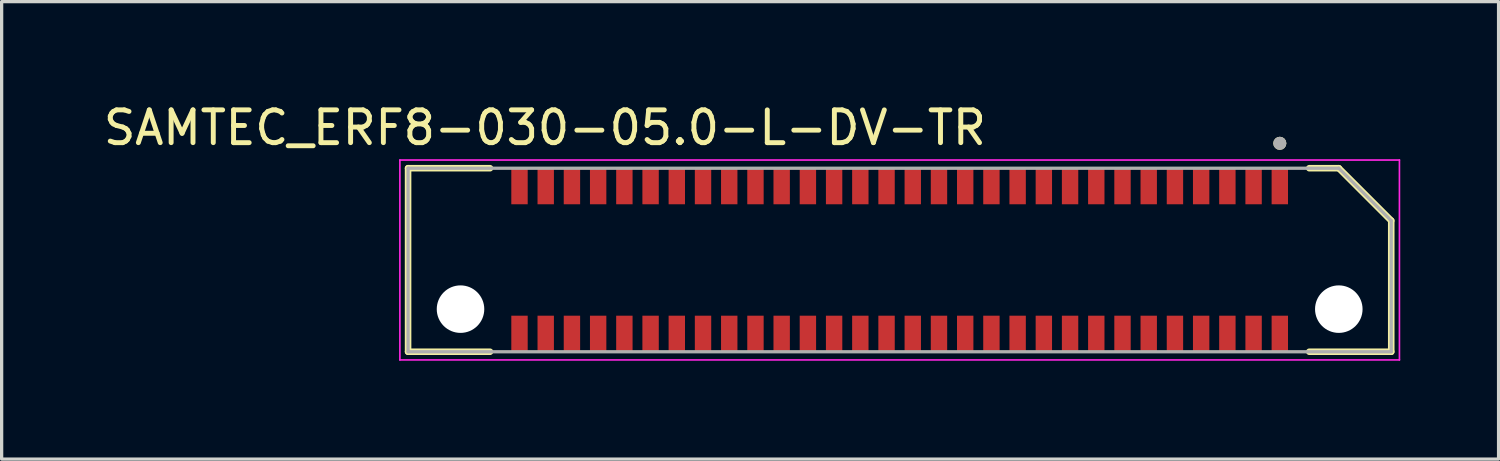
<source format=kicad_pcb>
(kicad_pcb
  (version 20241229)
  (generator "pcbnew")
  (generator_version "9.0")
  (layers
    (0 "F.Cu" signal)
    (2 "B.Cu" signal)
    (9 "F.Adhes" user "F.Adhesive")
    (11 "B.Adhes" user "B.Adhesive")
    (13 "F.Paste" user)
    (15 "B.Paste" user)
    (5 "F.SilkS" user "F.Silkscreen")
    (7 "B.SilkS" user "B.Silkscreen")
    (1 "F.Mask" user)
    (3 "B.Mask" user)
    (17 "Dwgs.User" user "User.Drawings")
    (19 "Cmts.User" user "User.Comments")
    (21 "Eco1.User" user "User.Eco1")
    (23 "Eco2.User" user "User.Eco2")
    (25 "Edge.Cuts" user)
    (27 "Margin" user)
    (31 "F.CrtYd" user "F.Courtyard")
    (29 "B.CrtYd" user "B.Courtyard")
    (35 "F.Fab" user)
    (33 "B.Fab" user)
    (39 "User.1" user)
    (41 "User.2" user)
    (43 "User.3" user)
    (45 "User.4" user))
  (footprint "SAMTEC_ERF8-030-05.0-L-DV-TR"
    (layer "F.Cu")
    (at 24.402 4.883)
    (property "Reference" "SAMTEC_ERF8-030-05.0-L-DV-TR" (at -10.825 -4.035 0) (layer "F.SilkS") (effects (font (size 1 1) (thickness 0.15))))
    (attr smd)
    (fp_line (start -15 -2.8) (end -12.5 -2.8) (stroke (width 0.2) (type solid)) (layer "F.SilkS"))
    (fp_line (start -15 2.8) (end -15 -2.8) (stroke (width 0.2) (type solid)) (layer "F.SilkS"))
    (fp_line (start -15 2.8) (end -12.5 2.8) (stroke (width 0.2) (type solid)) (layer "F.SilkS"))
    (fp_line (start 13.4 -2.8) (end 12.5 -2.8) (stroke (width 0.2) (type solid)) (layer "F.SilkS"))
    (fp_line (start 15 -1.2) (end 13.4 -2.8) (stroke (width 0.2) (type solid)) (layer "F.SilkS"))
    (fp_line (start 15 2.8) (end 12.5 2.8) (stroke (width 0.2) (type solid)) (layer "F.SilkS"))
    (fp_line (start 15 2.8) (end 15 -1.2) (stroke (width 0.2) (type solid)) (layer "F.SilkS"))
    (fp_circle (center 11.6 -3.56) (end 11.7 -3.56) (stroke (width 0.2) (type solid)) (fill no) (layer "F.SilkS"))
    (fp_line (start -15.25 -3.05) (end 15.25 -3.05) (stroke (width 0.05) (type solid)) (layer "F.CrtYd"))
    (fp_line (start -15.25 3.05) (end -15.25 -3.05) (stroke (width 0.05) (type solid)) (layer "F.CrtYd"))
    (fp_line (start 15.25 -3.05) (end 15.25 3.05) (stroke (width 0.05) (type solid)) (layer "F.CrtYd"))
    (fp_line (start 15.25 3.05) (end -15.25 3.05) (stroke (width 0.05) (type solid)) (layer "F.CrtYd"))
    (fp_line (start -15 -2.8) (end 13.4 -2.8) (stroke (width 0.1) (type solid)) (layer "F.Fab"))
    (fp_line (start -15 2.8) (end -15 -2.8) (stroke (width 0.1) (type solid)) (layer "F.Fab"))
    (fp_line (start 15 -1.2) (end 13.4 -2.8) (stroke (width 0.1) (type solid)) (layer "F.Fab"))
    (fp_line (start 15 -1.2) (end 15 2.8) (stroke (width 0.1) (type solid)) (layer "F.Fab"))
    (fp_line (start 15 2.8) (end -15 2.8) (stroke (width 0.1) (type solid)) (layer "F.Fab"))
    (fp_circle (center 11.6 -3.56) (end 11.7 -3.56) (stroke (width 0.2) (type solid)) (fill no) (layer "F.Fab"))
    (pad "" np_thru_hole circle (at -13.4 1.5) (size 1.45 1.45) (drill 1.45) (layers "*.Cu" "*.Mask"))
    (pad "" np_thru_hole circle (at 13.4 1.5) (size 1.45 1.45) (drill 1.45) (layers "*.Cu" "*.Mask"))
    (pad "01" smd rect (at 11.6 -2.25) (size 0.5 1.1) (layers "F.Cu" "F.Mask" "F.Paste"))
    (pad "02" smd rect (at 11.6 2.25) (size 0.5 1.1) (layers "F.Cu" "F.Mask" "F.Paste"))
    (pad "03" smd rect (at 10.8 -2.25) (size 0.5 1.1) (layers "F.Cu" "F.Mask" "F.Paste"))
    (pad "04" smd rect (at 10.8 2.25) (size 0.5 1.1) (layers "F.Cu" "F.Mask" "F.Paste"))
    (pad "05" smd rect (at 10 -2.25) (size 0.5 1.1) (layers "F.Cu" "F.Mask" "F.Paste"))
    (pad "06" smd rect (at 10 2.25) (size 0.5 1.1) (layers "F.Cu" "F.Mask" "F.Paste"))
    (pad "07" smd rect (at 9.2 -2.25) (size 0.5 1.1) (layers "F.Cu" "F.Mask" "F.Paste"))
    (pad "08" smd rect (at 9.2 2.25) (size 0.5 1.1) (layers "F.Cu" "F.Mask" "F.Paste"))
    (pad "09" smd rect (at 8.4 -2.25) (size 0.5 1.1) (layers "F.Cu" "F.Mask" "F.Paste"))
    (pad "10" smd rect (at 8.4 2.25) (size 0.5 1.1) (layers "F.Cu" "F.Mask" "F.Paste"))
    (pad "11" smd rect (at 7.6 -2.25) (size 0.5 1.1) (layers "F.Cu" "F.Mask" "F.Paste"))
    (pad "12" smd rect (at 7.6 2.25) (size 0.5 1.1) (layers "F.Cu" "F.Mask" "F.Paste"))
    (pad "13" smd rect (at 6.8 -2.25) (size 0.5 1.1) (layers "F.Cu" "F.Mask" "F.Paste"))
    (pad "14" smd rect (at 6.8 2.25) (size 0.5 1.1) (layers "F.Cu" "F.Mask" "F.Paste"))
    (pad "15" smd rect (at 6 -2.25) (size 0.5 1.1) (layers "F.Cu" "F.Mask" "F.Paste"))
    (pad "16" smd rect (at 6 2.25) (size 0.5 1.1) (layers "F.Cu" "F.Mask" "F.Paste"))
    (pad "17" smd rect (at 5.2 -2.25) (size 0.5 1.1) (layers "F.Cu" "F.Mask" "F.Paste"))
    (pad "18" smd rect (at 5.2 2.25) (size 0.5 1.1) (layers "F.Cu" "F.Mask" "F.Paste"))
    (pad "19" smd rect (at 4.4 -2.25) (size 0.5 1.1) (layers "F.Cu" "F.Mask" "F.Paste"))
    (pad "20" smd rect (at 4.4 2.25) (size 0.5 1.1) (layers "F.Cu" "F.Mask" "F.Paste"))
    (pad "21" smd rect (at 3.6 -2.25) (size 0.5 1.1) (layers "F.Cu" "F.Mask" "F.Paste"))
    (pad "22" smd rect (at 3.6 2.25) (size 0.5 1.1) (layers "F.Cu" "F.Mask" "F.Paste"))
    (pad "23" smd rect (at 2.8 -2.25) (size 0.5 1.1) (layers "F.Cu" "F.Mask" "F.Paste"))
    (pad "24" smd rect (at 2.8 2.25) (size 0.5 1.1) (layers "F.Cu" "F.Mask" "F.Paste"))
    (pad "25" smd rect (at 2 -2.25) (size 0.5 1.1) (layers "F.Cu" "F.Mask" "F.Paste"))
    (pad "26" smd rect (at 2 2.25) (size 0.5 1.1) (layers "F.Cu" "F.Mask" "F.Paste"))
    (pad "27" smd rect (at 1.2 -2.25) (size 0.5 1.1) (layers "F.Cu" "F.Mask" "F.Paste"))
    (pad "28" smd rect (at 1.2 2.25) (size 0.5 1.1) (layers "F.Cu" "F.Mask" "F.Paste"))
    (pad "29" smd rect (at 0.4 -2.25) (size 0.5 1.1) (layers "F.Cu" "F.Mask" "F.Paste"))
    (pad "30" smd rect (at 0.4 2.25) (size 0.5 1.1) (layers "F.Cu" "F.Mask" "F.Paste"))
    (pad "31" smd rect (at -0.4 -2.25) (size 0.5 1.1) (layers "F.Cu" "F.Mask" "F.Paste"))
    (pad "32" smd rect (at -0.4 2.25) (size 0.5 1.1) (layers "F.Cu" "F.Mask" "F.Paste"))
    (pad "33" smd rect (at -1.2 -2.25) (size 0.5 1.1) (layers "F.Cu" "F.Mask" "F.Paste"))
    (pad "34" smd rect (at -1.2 2.25) (size 0.5 1.1) (layers "F.Cu" "F.Mask" "F.Paste"))
    (pad "35" smd rect (at -2 -2.25) (size 0.5 1.1) (layers "F.Cu" "F.Mask" "F.Paste"))
    (pad "36" smd rect (at -2 2.25) (size 0.5 1.1) (layers "F.Cu" "F.Mask" "F.Paste"))
    (pad "37" smd rect (at -2.8 -2.25) (size 0.5 1.1) (layers "F.Cu" "F.Mask" "F.Paste"))
    (pad "38" smd rect (at -2.8 2.25) (size 0.5 1.1) (layers "F.Cu" "F.Mask" "F.Paste"))
    (pad "39" smd rect (at -3.6 -2.25) (size 0.5 1.1) (layers "F.Cu" "F.Mask" "F.Paste"))
    (pad "40" smd rect (at -3.6 2.25) (size 0.5 1.1) (layers "F.Cu" "F.Mask" "F.Paste"))
    (pad "41" smd rect (at -4.4 -2.25) (size 0.5 1.1) (layers "F.Cu" "F.Mask" "F.Paste"))
    (pad "42" smd rect (at -4.4 2.25) (size 0.5 1.1) (layers "F.Cu" "F.Mask" "F.Paste"))
    (pad "43" smd rect (at -5.2 -2.25) (size 0.5 1.1) (layers "F.Cu" "F.Mask" "F.Paste"))
    (pad "44" smd rect (at -5.2 2.25) (size 0.5 1.1) (layers "F.Cu" "F.Mask" "F.Paste"))
    (pad "45" smd rect (at -6 -2.25) (size 0.5 1.1) (layers "F.Cu" "F.Mask" "F.Paste"))
    (pad "46" smd rect (at -6 2.25) (size 0.5 1.1) (layers "F.Cu" "F.Mask" "F.Paste"))
    (pad "47" smd rect (at -6.8 -2.25) (size 0.5 1.1) (layers "F.Cu" "F.Mask" "F.Paste"))
    (pad "48" smd rect (at -6.8 2.25) (size 0.5 1.1) (layers "F.Cu" "F.Mask" "F.Paste"))
    (pad "49" smd rect (at -7.6 -2.25) (size 0.5 1.1) (layers "F.Cu" "F.Mask" "F.Paste"))
    (pad "50" smd rect (at -7.6 2.25) (size 0.5 1.1) (layers "F.Cu" "F.Mask" "F.Paste"))
    (pad "51" smd rect (at -8.4 -2.25) (size 0.5 1.1) (layers "F.Cu" "F.Mask" "F.Paste"))
    (pad "52" smd rect (at -8.4 2.25) (size 0.5 1.1) (layers "F.Cu" "F.Mask" "F.Paste"))
    (pad "53" smd rect (at -9.2 -2.25) (size 0.5 1.1) (layers "F.Cu" "F.Mask" "F.Paste"))
    (pad "54" smd rect (at -9.2 2.25) (size 0.5 1.1) (layers "F.Cu" "F.Mask" "F.Paste"))
    (pad "55" smd rect (at -10 -2.25) (size 0.5 1.1) (layers "F.Cu" "F.Mask" "F.Paste"))
    (pad "56" smd rect (at -10 2.25) (size 0.5 1.1) (layers "F.Cu" "F.Mask" "F.Paste"))
    (pad "57" smd rect (at -10.8 -2.25) (size 0.5 1.1) (layers "F.Cu" "F.Mask" "F.Paste"))
    (pad "58" smd rect (at -10.8 2.25) (size 0.5 1.1) (layers "F.Cu" "F.Mask" "F.Paste"))
    (pad "59" smd rect (at -11.6 -2.25) (size 0.5 1.1) (layers "F.Cu" "F.Mask" "F.Paste"))
    (pad "60" smd rect (at -11.6 2.25) (size 0.5 1.1) (layers "F.Cu" "F.Mask" "F.Paste")))
  (gr_rect
    (start -3 -3)
    (end 42.677 10.958)
    (stroke (width 0.1) (type default))
    (fill no)
    (layer "Edge.Cuts")))
</source>
